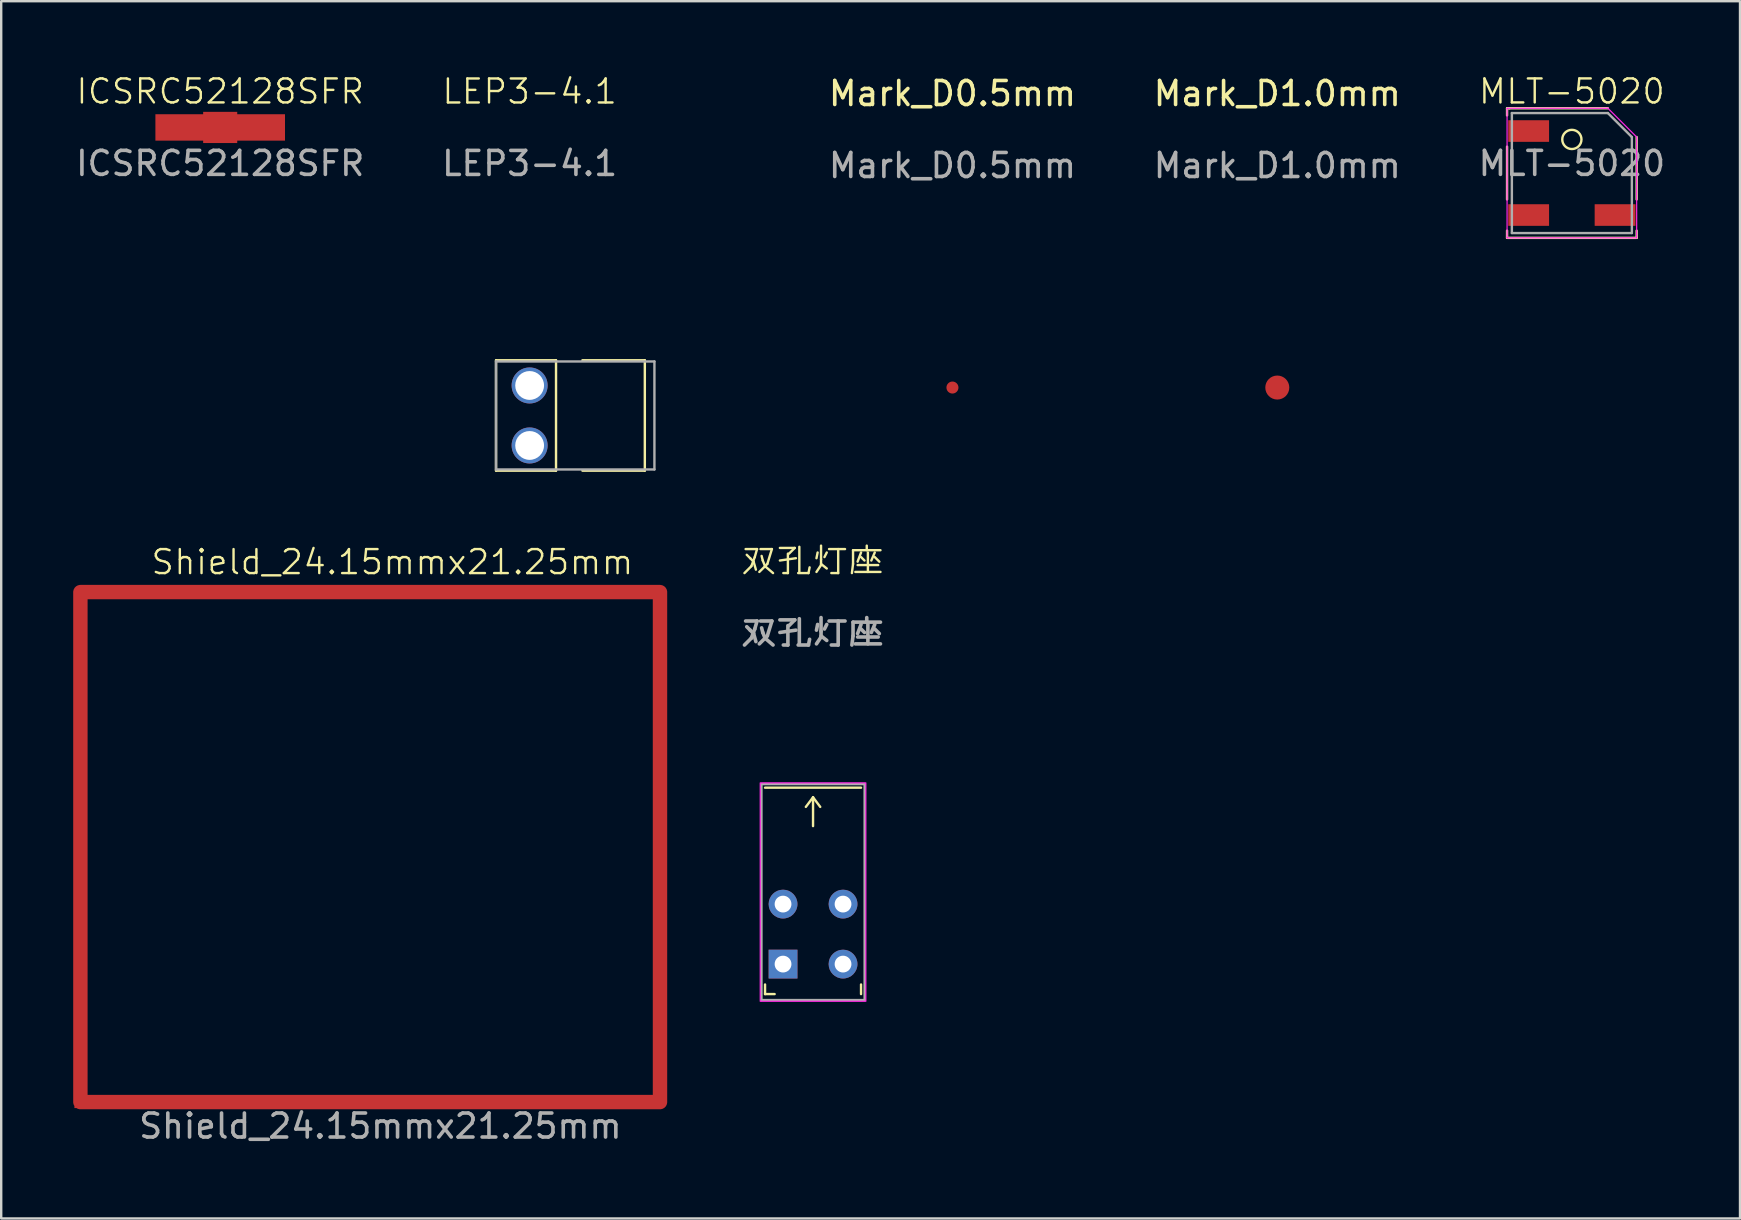
<source format=kicad_pcb>
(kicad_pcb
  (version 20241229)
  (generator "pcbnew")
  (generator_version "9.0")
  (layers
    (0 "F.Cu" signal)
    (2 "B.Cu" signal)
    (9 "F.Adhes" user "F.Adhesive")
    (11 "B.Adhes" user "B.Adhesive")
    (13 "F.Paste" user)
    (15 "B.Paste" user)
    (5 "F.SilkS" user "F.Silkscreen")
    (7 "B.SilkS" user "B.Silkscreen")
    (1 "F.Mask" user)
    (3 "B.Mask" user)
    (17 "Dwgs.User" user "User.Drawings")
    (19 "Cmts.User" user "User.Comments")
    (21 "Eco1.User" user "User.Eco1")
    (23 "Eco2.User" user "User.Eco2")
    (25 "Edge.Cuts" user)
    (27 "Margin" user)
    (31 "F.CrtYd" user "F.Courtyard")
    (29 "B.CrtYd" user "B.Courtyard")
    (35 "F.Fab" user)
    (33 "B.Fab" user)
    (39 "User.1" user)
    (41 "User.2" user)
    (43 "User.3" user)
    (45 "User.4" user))
  (footprint "Shield_24.15mmx21.25mm"
    (layer "F.Cu")
    (at 0.3 42.871)
    (property "Reference" "Shield_24.15mmx21.25mm" (at 13 -22.5 0) (unlocked yes) (layer "F.SilkS") (effects (font (size 1 1) (thickness 0.1))))
    (attr smd)
    (fp_line (start 0 -21.25) (end 0 0) (stroke (width 0.6) (type default)) (layer "F.Mask"))
    (fp_line (start 0 -21.25) (end 24.15 -21.25) (stroke (width 0.6) (type default)) (layer "F.Mask"))
    (fp_line (start 0 0) (end 24.15 0) (stroke (width 0.6) (type default)) (layer "F.Mask"))
    (fp_line (start 24.15 0) (end 24.15 -21.25) (stroke (width 0.6) (type default)) (layer "F.Mask"))
    (fp_text user "${REFERENCE}" (at 12.5 1 0) (unlocked yes) (layer "F.Fab") (effects (font (size 1 1) (thickness 0.15))))
    (pad "1" smd custom (at 0 0) (size 0.5 0.5) (layers "F.Cu" "F.Mask" "F.Paste") (options (anchor rect)) (primitives (gr_line (start 0 0) (end 24.15 0) (width 0.6)) (gr_line (start 0 0) (end 0 -21.25) (width 0.6)) (gr_line (start 24.15 0) (end 24.15 -21.25) (width 0.6)) (gr_line (start 0 -21.25) (end 24.15 -21.25) (width 0.6)))))
  (footprint "LEP3-4.1"
    (layer "F.Cu")
    (at 19.018 14.261)
    (property "Reference" "LEP3-4.1" (at 0 -13.5 0) (unlocked yes) (layer "F.SilkS") (effects (font (size 1 1) (thickness 0.1))))
    (fp_line (start -1.4 -2.3) (end -1.4 2.3) (stroke (width 0.1) (type default)) (layer "F.SilkS"))
    (fp_line (start -1.4 -2.3) (end 1.1 -2.3) (stroke (width 0.1) (type default)) (layer "F.SilkS"))
    (fp_line (start -1.4 2.3) (end 1.1 2.3) (stroke (width 0.1) (type default)) (layer "F.SilkS"))
    (fp_line (start 1.1 -2.3) (end 1.1 2.3) (stroke (width 0.1) (type default)) (layer "F.SilkS"))
    (fp_line (start 4.8 -2.3) (end 2.2 -2.3) (stroke (width 0.1) (type default)) (layer "F.SilkS"))
    (fp_line (start 4.8 -2.3) (end 4.8 2.3) (stroke (width 0.1) (type default)) (layer "F.SilkS"))
    (fp_line (start 4.8 2.3) (end 2.2 2.3) (stroke (width 0.1) (type default)) (layer "F.SilkS"))
    (fp_line (start -1.4 -2.25) (end -1.4 2.25) (stroke (width 0.1) (type default)) (layer "F.Fab"))
    (fp_line (start -1.4 -2.25) (end 5.2 -2.25) (stroke (width 0.1) (type default)) (layer "F.Fab"))
    (fp_line (start 5.2 -2.25) (end 5.2 2.25) (stroke (width 0.1) (type default)) (layer "F.Fab"))
    (fp_line (start 5.2 2.25) (end -1.4 2.25) (stroke (width 0.1) (type default)) (layer "F.Fab"))
    (fp_line (start 5.2 -2.2) (end 5.2 2.2) (stroke (width 0.1) (type default)) (layer "User.2"))
    (fp_line (start 5.2 -1.5) (end 9.3 -1.5) (stroke (width 0.1) (type default)) (layer "User.2"))
    (fp_line (start 5.2 1.5) (end 9.3 1.5) (stroke (width 0.1) (type default)) (layer "User.2"))
    (fp_line (start 9.3 -1.5) (end 9.3 1.5) (stroke (width 0.1) (type default)) (layer "User.2"))
    (fp_text user "${REFERENCE}" (at 0 -10.5 0) (unlocked yes) (layer "F.Fab") (effects (font (size 1 1) (thickness 0.15))))
    (fp_text user "EDGE" (at 5 2 90) (unlocked yes) (layer "User.2") (effects (font (size 1 1) (thickness 0.15)) (justify left bottom)))
    (pad "" np_thru_hole circle (at 0 -1.25) (size 1.5 1.5) (drill 1.2) (layers "*.Cu" "*.Mask"))
    (pad "" np_thru_hole circle (at 0 1.25) (size 1.5 1.5) (drill 1.2) (layers "*.Cu" "*.Mask")))
  (footprint "双孔灯座"
    (layer "F.Cu")
    (at 30.827 35.871)
    (property "Reference" "双孔灯座" (at 0 -15.5 0) (unlocked yes) (layer "F.SilkS") (effects (font (size 1 1) (thickness 0.1))))
    (attr smd)
    (fp_line (start -2 -6.1) (end 2 -6.1) (stroke (width 0.1) (type default)) (layer "F.SilkS"))
    (fp_line (start -2 2.1) (end -2 2.5) (stroke (width 0.1) (type default)) (layer "F.SilkS"))
    (fp_line (start -2 2.5) (end -1.6 2.5) (stroke (width 0.1) (type default)) (layer "F.SilkS"))
    (fp_line (start 0 -5.7) (end -0.3 -5.3) (stroke (width 0.1) (type default)) (layer "F.SilkS"))
    (fp_line (start 0 -5.7) (end 0 -4.5) (stroke (width 0.1) (type default)) (layer "F.SilkS"))
    (fp_line (start 0 -5.7) (end 0.3 -5.3) (stroke (width 0.1) (type default)) (layer "F.SilkS"))
    (fp_line (start 2 2.5) (end 2 2.1) (stroke (width 0.1) (type default)) (layer "F.SilkS"))
    (fp_rect (start -2.2 -6.3) (end 2.2 2.8) (stroke (width 0.05) (type default)) (fill no) (layer "F.CrtYd"))
    (fp_line (start -2.15 -6.25) (end -2.15 2.75) (stroke (width 0.1) (type solid)) (layer "F.Fab"))
    (fp_line (start -2.15 2.75) (end 2.15 2.75) (stroke (width 0.1) (type solid)) (layer "F.Fab"))
    (fp_line (start 2.15 -6.25) (end -2.15 -6.25) (stroke (width 0.1) (type default)) (layer "F.Fab"))
    (fp_line (start 2.15 2.75) (end 2.15 -6.25) (stroke (width 0.1) (type solid)) (layer "F.Fab"))
    (fp_text user "${REFERENCE}" (at 0 -12.5 0) (unlocked yes) (layer "F.Fab") (effects (font (size 1 1) (thickness 0.15))))
    (pad "1" thru_hole rect (at -1.25 1.25) (size 1.2 1.2) (drill 0.7) (layers "*.Cu" "*.Mask"))
    (pad "2" thru_hole circle (at -1.25 -1.25) (size 1.2 1.2) (drill 0.7) (layers "*.Cu" "*.Mask"))
    (pad "3" thru_hole circle (at 1.25 1.25) (size 1.2 1.2) (drill 0.7) (layers "*.Cu" "*.Mask"))
    (pad "4" thru_hole circle (at 1.25 -1.25) (size 1.2 1.2) (drill 0.7) (layers "*.Cu" "*.Mask")))
  (footprint "ICSRC52128SFR"
    (layer "F.Cu")
    (at 6.125 2.26)
    (property "Reference" "ICSRC52128SFR" (at 0 -1.5 0) (unlocked yes) (layer "F.SilkS") (effects (font (size 1 1) (thickness 0.1))))
    (attr smd)
    (fp_rect (start -1 -0.45) (end -2.5 0.45) (stroke (width 0) (type solid)) (fill yes) (layer "F.Paste"))
    (fp_rect (start -0.4 -0.45) (end 0.4 0.45) (stroke (width 0) (type solid)) (fill yes) (layer "F.Paste"))
    (fp_rect (start 1 -0.45) (end 2.5 0.45) (stroke (width 0) (type solid)) (fill yes) (layer "F.Paste"))
    (fp_text user "${REFERENCE}" (at 0 1.5 0) (unlocked yes) (layer "F.Fab") (effects (font (size 1 1) (thickness 0.15))))
    (pad "1" smd custom (at 0 0) (size 5.4 1.1) (layers "F.Cu" "F.Mask") (options (anchor rect)) (primitives (gr_rect (start -0.71 -0.65) (end 0.71 0.65) (width 0) (fill yes)))))
  (footprint "Mark_D0.5mm"
    (layer "F.Cu")
    (at 36.636 13.098)
    (property "Reference" "Mark_D0.5mm" (at 0 -12.25 0) (unlocked yes) (layer "F.SilkS") (effects (font (size 1 1) (thickness 0.15))))
    (attr smd)
    (fp_text user "${REFERENCE}" (at 0 -9.25 0) (unlocked yes) (layer "F.Fab") (effects (font (size 1 1) (thickness 0.15))))
    (pad "1" smd circle (at 0 0) (size 0.5 0.5) (property pad_prop_testpoint) (layers "F.Cu" "F.Mask")))
  (footprint "MLT-5020"
    (layer "F.Cu")
    (at 62.445 4.16)
    (property "Reference" "MLT-5020" (at 0 -3.4 0) (unlocked yes) (layer "F.SilkS") (effects (font (size 1 1) (thickness 0.1))))
    (attr smd)
    (fp_line (start -2.7 -2.7) (end -2.7 -2.4) (stroke (width 0.1) (type default)) (layer "F.SilkS"))
    (fp_line (start -2.7 -1.1) (end -2.7 1.1) (stroke (width 0.1) (type default)) (layer "F.SilkS"))
    (fp_line (start -2.7 2.4) (end -2.7 2.7) (stroke (width 0.1) (type default)) (layer "F.SilkS"))
    (fp_line (start -2.7 2.7) (end 2.7 2.7) (stroke (width 0.1) (type default)) (layer "F.SilkS"))
    (fp_line (start -2.6 -2.7) (end -2.7 -2.7) (stroke (width 0.1) (type default)) (layer "F.SilkS"))
    (fp_line (start -2.6 -2.7) (end 1.5 -2.7) (stroke (width 0.1) (type default)) (layer "F.SilkS"))
    (fp_line (start 2.7 -1.5) (end 2.7 1.1) (stroke (width 0.1) (type default)) (layer "F.SilkS"))
    (fp_line (start 2.7 2.7) (end 2.7 2.4) (stroke (width 0.1) (type default)) (layer "F.SilkS"))
    (fp_circle (center 0 -1.4) (end 0.4 -1.4) (stroke (width 0.1) (type default)) (fill no) (layer "F.SilkS"))
    (fp_line (start -2.7 -2.7) (end -2.7 2.7) (stroke (width 0.05) (type default)) (layer "F.CrtYd"))
    (fp_line (start -2.7 2.7) (end 2.7 2.7) (stroke (width 0.05) (type default)) (layer "F.CrtYd"))
    (fp_line (start 1.5 -2.7) (end -2.7 -2.7) (stroke (width 0.05) (type default)) (layer "F.CrtYd"))
    (fp_line (start 2.7 -1.5) (end 1.5 -2.7) (stroke (width 0.05) (type default)) (layer "F.CrtYd"))
    (fp_line (start 2.7 2.7) (end 2.7 -1.5) (stroke (width 0.05) (type default)) (layer "F.CrtYd"))
    (fp_line (start -2.5 -2.5) (end -2.5 2.5) (stroke (width 0.1) (type default)) (layer "F.Fab"))
    (fp_line (start -2.5 -2.5) (end 1.5 -2.5) (stroke (width 0.1) (type default)) (layer "F.Fab"))
    (fp_line (start -2.5 2.5) (end 2.5 2.5) (stroke (width 0.1) (type default)) (layer "F.Fab"))
    (fp_line (start 2.5 -1.5) (end 1.5 -2.5) (stroke (width 0.1) (type default)) (layer "F.Fab"))
    (fp_line (start 2.5 2.5) (end 2.5 -1.5) (stroke (width 0.1) (type default)) (layer "F.Fab"))
    (fp_text user "${REFERENCE}" (at 0 -0.4 0) (unlocked yes) (layer "F.Fab") (effects (font (size 1 1) (thickness 0.15))))
    (pad "1" smd rect (at -1.8 1.75) (size 1.7 0.9) (layers "F.Cu" "F.Mask" "F.Paste"))
    (pad "2" smd rect (at -1.8 -1.75) (size 1.7 0.9) (layers "F.Cu" "F.Mask" "F.Paste"))
    (pad "2" smd rect (at 1.8 1.75) (size 1.7 0.9) (layers "F.Cu" "F.Mask" "F.Paste")))
  (footprint "Mark_D1.0mm"
    (layer "F.Cu")
    (at 50.171 13.098)
    (property "Reference" "Mark_D1.0mm" (at 0 -12.25 0) (unlocked yes) (layer "F.SilkS") (effects (font (size 1 1) (thickness 0.15))))
    (attr smd)
    (fp_circle (center 0 0) (end 1 0) (stroke (width 0.15) (type solid)) (fill yes) (layer "F.Mask"))
    (fp_text user "${REFERENCE}" (at 0 -9.25 0) (unlocked yes) (layer "F.Fab") (effects (font (size 1 1) (thickness 0.15))))
    (pad "1" smd circle (at 0 0) (size 1 1) (property pad_prop_testpoint) (layers "F.Cu" "F.Mask")))
  (gr_rect
    (start -3 -3)
    (end 69.451 47.719)
    (stroke (width 0.1) (type default))
    (fill no)
    (layer "Edge.Cuts")))
</source>
